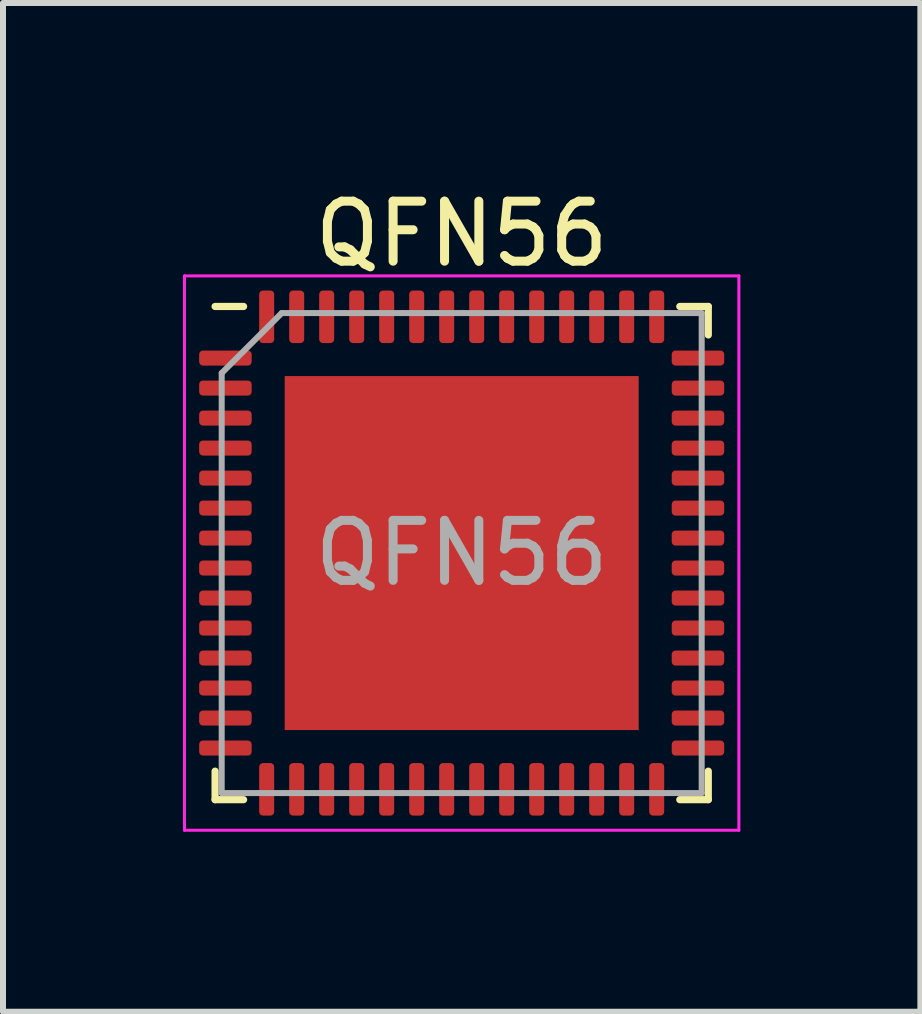
<source format=kicad_pcb>
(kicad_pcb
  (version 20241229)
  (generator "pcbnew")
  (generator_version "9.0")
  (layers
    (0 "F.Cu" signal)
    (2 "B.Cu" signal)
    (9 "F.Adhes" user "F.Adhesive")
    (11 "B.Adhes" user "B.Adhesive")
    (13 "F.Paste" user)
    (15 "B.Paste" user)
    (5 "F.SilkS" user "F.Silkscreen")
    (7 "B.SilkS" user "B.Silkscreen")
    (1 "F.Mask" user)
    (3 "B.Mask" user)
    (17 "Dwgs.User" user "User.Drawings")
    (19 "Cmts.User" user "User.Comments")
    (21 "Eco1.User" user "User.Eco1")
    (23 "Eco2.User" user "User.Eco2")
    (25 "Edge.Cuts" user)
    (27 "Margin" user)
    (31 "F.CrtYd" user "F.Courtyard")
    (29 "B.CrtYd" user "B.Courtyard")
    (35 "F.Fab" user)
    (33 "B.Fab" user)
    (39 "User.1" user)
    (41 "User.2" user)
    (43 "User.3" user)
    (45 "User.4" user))
  (footprint "QFN56"
    (layer "F.Cu")
    (at 4.645 6.168)
    (property "Reference" "QFN56" (at 0 -5.32 0) (layer "F.SilkS") (effects (font (size 1 1) (thickness 0.15))))
    (attr smd)
    (fp_line (start -4.11 4.11) (end -4.11 3.635) (stroke (width 0.12) (type solid)) (layer "F.SilkS"))
    (fp_line (start -3.635 -4.11) (end -4.11 -4.11) (stroke (width 0.12) (type solid)) (layer "F.SilkS"))
    (fp_line (start -3.635 4.11) (end -4.11 4.11) (stroke (width 0.12) (type solid)) (layer "F.SilkS"))
    (fp_line (start 3.635 -4.11) (end 4.11 -4.11) (stroke (width 0.12) (type solid)) (layer "F.SilkS"))
    (fp_line (start 3.635 4.11) (end 4.11 4.11) (stroke (width 0.12) (type solid)) (layer "F.SilkS"))
    (fp_line (start 4.11 -4.11) (end 4.11 -3.635) (stroke (width 0.12) (type solid)) (layer "F.SilkS"))
    (fp_line (start 4.11 4.11) (end 4.11 3.635) (stroke (width 0.12) (type solid)) (layer "F.SilkS"))
    (fp_line (start -4.62 -4.62) (end -4.62 4.62) (stroke (width 0.05) (type solid)) (layer "F.CrtYd"))
    (fp_line (start -4.62 4.62) (end 4.62 4.62) (stroke (width 0.05) (type solid)) (layer "F.CrtYd"))
    (fp_line (start 4.62 -4.62) (end -4.62 -4.62) (stroke (width 0.05) (type solid)) (layer "F.CrtYd"))
    (fp_line (start 4.62 4.62) (end 4.62 -4.62) (stroke (width 0.05) (type solid)) (layer "F.CrtYd"))
    (fp_line (start -4 -3) (end -3 -4) (stroke (width 0.1) (type solid)) (layer "F.Fab"))
    (fp_line (start -4 4) (end -4 -3) (stroke (width 0.1) (type solid)) (layer "F.Fab"))
    (fp_line (start -3 -4) (end 4 -4) (stroke (width 0.1) (type solid)) (layer "F.Fab"))
    (fp_line (start 4 -4) (end 4 4) (stroke (width 0.1) (type solid)) (layer "F.Fab"))
    (fp_line (start 4 4) (end -4 4) (stroke (width 0.1) (type solid)) (layer "F.Fab"))
    (fp_text user "${REFERENCE}" (at 0 0 0) (layer "F.Fab") (effects (font (size 1 1) (thickness 0.15))))
    (pad "" smd roundrect (at -2.22 -2.22) (size 1.19 1.19) (layers "F.Paste") (roundrect_rratio 0.21))
    (pad "" smd roundrect (at -2.22 -0.74) (size 1.19 1.19) (layers "F.Paste") (roundrect_rratio 0.21))
    (pad "" smd roundrect (at -2.22 0.74) (size 1.19 1.19) (layers "F.Paste") (roundrect_rratio 0.21))
    (pad "" smd roundrect (at -2.22 2.22) (size 1.19 1.19) (layers "F.Paste") (roundrect_rratio 0.21))
    (pad "" smd roundrect (at -0.74 -2.22) (size 1.19 1.19) (layers "F.Paste") (roundrect_rratio 0.21))
    (pad "" smd roundrect (at -0.74 -0.74) (size 1.19 1.19) (layers "F.Paste") (roundrect_rratio 0.21))
    (pad "" smd roundrect (at -0.74 0.74) (size 1.19 1.19) (layers "F.Paste") (roundrect_rratio 0.21))
    (pad "" smd roundrect (at -0.74 2.22) (size 1.19 1.19) (layers "F.Paste") (roundrect_rratio 0.21))
    (pad "" smd roundrect (at 0.74 -2.22) (size 1.19 1.19) (layers "F.Paste") (roundrect_rratio 0.21))
    (pad "" smd roundrect (at 0.74 -0.74) (size 1.19 1.19) (layers "F.Paste") (roundrect_rratio 0.21))
    (pad "" smd roundrect (at 0.74 0.74) (size 1.19 1.19) (layers "F.Paste") (roundrect_rratio 0.21))
    (pad "" smd roundrect (at 0.74 2.22) (size 1.19 1.19) (layers "F.Paste") (roundrect_rratio 0.21))
    (pad "" smd roundrect (at 2.22 -2.22) (size 1.19 1.19) (layers "F.Paste") (roundrect_rratio 0.21))
    (pad "" smd roundrect (at 2.22 -0.74) (size 1.19 1.19) (layers "F.Paste") (roundrect_rratio 0.21))
    (pad "" smd roundrect (at 2.22 0.74) (size 1.19 1.19) (layers "F.Paste") (roundrect_rratio 0.21))
    (pad "" smd roundrect (at 2.22 2.22) (size 1.19 1.19) (layers "F.Paste") (roundrect_rratio 0.21))
    (pad "1" smd roundrect (at -3.938 -3.25) (size 0.875 0.25) (layers "F.Cu" "F.Mask" "F.Paste") (roundrect_rratio 0.25))
    (pad "2" smd roundrect (at -3.938 -2.75) (size 0.875 0.25) (layers "F.Cu" "F.Mask" "F.Paste") (roundrect_rratio 0.25))
    (pad "3" smd roundrect (at -3.938 -2.25) (size 0.875 0.25) (layers "F.Cu" "F.Mask" "F.Paste") (roundrect_rratio 0.25))
    (pad "4" smd roundrect (at -3.938 -1.75) (size 0.875 0.25) (layers "F.Cu" "F.Mask" "F.Paste") (roundrect_rratio 0.25))
    (pad "5" smd roundrect (at -3.938 -1.25) (size 0.875 0.25) (layers "F.Cu" "F.Mask" "F.Paste") (roundrect_rratio 0.25))
    (pad "6" smd roundrect (at -3.938 -0.75) (size 0.875 0.25) (layers "F.Cu" "F.Mask" "F.Paste") (roundrect_rratio 0.25))
    (pad "7" smd roundrect (at -3.938 -0.25) (size 0.875 0.25) (layers "F.Cu" "F.Mask" "F.Paste") (roundrect_rratio 0.25))
    (pad "8" smd roundrect (at -3.938 0.25) (size 0.875 0.25) (layers "F.Cu" "F.Mask" "F.Paste") (roundrect_rratio 0.25))
    (pad "9" smd roundrect (at -3.938 0.75) (size 0.875 0.25) (layers "F.Cu" "F.Mask" "F.Paste") (roundrect_rratio 0.25))
    (pad "10" smd roundrect (at -3.938 1.25) (size 0.875 0.25) (layers "F.Cu" "F.Mask" "F.Paste") (roundrect_rratio 0.25))
    (pad "11" smd roundrect (at -3.938 1.75) (size 0.875 0.25) (layers "F.Cu" "F.Mask" "F.Paste") (roundrect_rratio 0.25))
    (pad "12" smd roundrect (at -3.938 2.25) (size 0.875 0.25) (layers "F.Cu" "F.Mask" "F.Paste") (roundrect_rratio 0.25))
    (pad "13" smd roundrect (at -3.938 2.75) (size 0.875 0.25) (layers "F.Cu" "F.Mask" "F.Paste") (roundrect_rratio 0.25))
    (pad "14" smd roundrect (at -3.938 3.25) (size 0.875 0.25) (layers "F.Cu" "F.Mask" "F.Paste") (roundrect_rratio 0.25))
    (pad "15" smd roundrect (at -3.25 3.938) (size 0.25 0.875) (layers "F.Cu" "F.Mask" "F.Paste") (roundrect_rratio 0.25))
    (pad "16" smd roundrect (at -2.75 3.938) (size 0.25 0.875) (layers "F.Cu" "F.Mask" "F.Paste") (roundrect_rratio 0.25))
    (pad "17" smd roundrect (at -2.25 3.938) (size 0.25 0.875) (layers "F.Cu" "F.Mask" "F.Paste") (roundrect_rratio 0.25))
    (pad "18" smd roundrect (at -1.75 3.938) (size 0.25 0.875) (layers "F.Cu" "F.Mask" "F.Paste") (roundrect_rratio 0.25))
    (pad "19" smd roundrect (at -1.25 3.938) (size 0.25 0.875) (layers "F.Cu" "F.Mask" "F.Paste") (roundrect_rratio 0.25))
    (pad "20" smd roundrect (at -0.75 3.938) (size 0.25 0.875) (layers "F.Cu" "F.Mask" "F.Paste") (roundrect_rratio 0.25))
    (pad "21" smd roundrect (at -0.25 3.938) (size 0.25 0.875) (layers "F.Cu" "F.Mask" "F.Paste") (roundrect_rratio 0.25))
    (pad "22" smd roundrect (at 0.25 3.938) (size 0.25 0.875) (layers "F.Cu" "F.Mask" "F.Paste") (roundrect_rratio 0.25))
    (pad "23" smd roundrect (at 0.75 3.938) (size 0.25 0.875) (layers "F.Cu" "F.Mask" "F.Paste") (roundrect_rratio 0.25))
    (pad "24" smd roundrect (at 1.25 3.938) (size 0.25 0.875) (layers "F.Cu" "F.Mask" "F.Paste") (roundrect_rratio 0.25))
    (pad "25" smd roundrect (at 1.75 3.938) (size 0.25 0.875) (layers "F.Cu" "F.Mask" "F.Paste") (roundrect_rratio 0.25))
    (pad "26" smd roundrect (at 2.25 3.938) (size 0.25 0.875) (layers "F.Cu" "F.Mask" "F.Paste") (roundrect_rratio 0.25))
    (pad "27" smd roundrect (at 2.75 3.938) (size 0.25 0.875) (layers "F.Cu" "F.Mask" "F.Paste") (roundrect_rratio 0.25))
    (pad "28" smd roundrect (at 3.25 3.938) (size 0.25 0.875) (layers "F.Cu" "F.Mask" "F.Paste") (roundrect_rratio 0.25))
    (pad "29" smd roundrect (at 3.938 3.25) (size 0.875 0.25) (layers "F.Cu" "F.Mask" "F.Paste") (roundrect_rratio 0.25))
    (pad "30" smd roundrect (at 3.938 2.75) (size 0.875 0.25) (layers "F.Cu" "F.Mask" "F.Paste") (roundrect_rratio 0.25))
    (pad "31" smd roundrect (at 3.938 2.25) (size 0.875 0.25) (layers "F.Cu" "F.Mask" "F.Paste") (roundrect_rratio 0.25))
    (pad "32" smd roundrect (at 3.938 1.75) (size 0.875 0.25) (layers "F.Cu" "F.Mask" "F.Paste") (roundrect_rratio 0.25))
    (pad "33" smd roundrect (at 3.938 1.25) (size 0.875 0.25) (layers "F.Cu" "F.Mask" "F.Paste") (roundrect_rratio 0.25))
    (pad "34" smd roundrect (at 3.938 0.75) (size 0.875 0.25) (layers "F.Cu" "F.Mask" "F.Paste") (roundrect_rratio 0.25))
    (pad "35" smd roundrect (at 3.938 0.25) (size 0.875 0.25) (layers "F.Cu" "F.Mask" "F.Paste") (roundrect_rratio 0.25))
    (pad "36" smd roundrect (at 3.938 -0.25) (size 0.875 0.25) (layers "F.Cu" "F.Mask" "F.Paste") (roundrect_rratio 0.25))
    (pad "37" smd roundrect (at 3.938 -0.75) (size 0.875 0.25) (layers "F.Cu" "F.Mask" "F.Paste") (roundrect_rratio 0.25))
    (pad "38" smd roundrect (at 3.938 -1.25) (size 0.875 0.25) (layers "F.Cu" "F.Mask" "F.Paste") (roundrect_rratio 0.25))
    (pad "39" smd roundrect (at 3.938 -1.75) (size 0.875 0.25) (layers "F.Cu" "F.Mask" "F.Paste") (roundrect_rratio 0.25))
    (pad "40" smd roundrect (at 3.938 -2.25) (size 0.875 0.25) (layers "F.Cu" "F.Mask" "F.Paste") (roundrect_rratio 0.25))
    (pad "41" smd roundrect (at 3.938 -2.75) (size 0.875 0.25) (layers "F.Cu" "F.Mask" "F.Paste") (roundrect_rratio 0.25))
    (pad "42" smd roundrect (at 3.938 -3.25) (size 0.875 0.25) (layers "F.Cu" "F.Mask" "F.Paste") (roundrect_rratio 0.25))
    (pad "43" smd roundrect (at 3.25 -3.938) (size 0.25 0.875) (layers "F.Cu" "F.Mask" "F.Paste") (roundrect_rratio 0.25))
    (pad "44" smd roundrect (at 2.75 -3.938) (size 0.25 0.875) (layers "F.Cu" "F.Mask" "F.Paste") (roundrect_rratio 0.25))
    (pad "45" smd roundrect (at 2.25 -3.938) (size 0.25 0.875) (layers "F.Cu" "F.Mask" "F.Paste") (roundrect_rratio 0.25))
    (pad "46" smd roundrect (at 1.75 -3.938) (size 0.25 0.875) (layers "F.Cu" "F.Mask" "F.Paste") (roundrect_rratio 0.25))
    (pad "47" smd roundrect (at 1.25 -3.938) (size 0.25 0.875) (layers "F.Cu" "F.Mask" "F.Paste") (roundrect_rratio 0.25))
    (pad "48" smd roundrect (at 0.75 -3.938) (size 0.25 0.875) (layers "F.Cu" "F.Mask" "F.Paste") (roundrect_rratio 0.25))
    (pad "49" smd roundrect (at 0.25 -3.938) (size 0.25 0.875) (layers "F.Cu" "F.Mask" "F.Paste") (roundrect_rratio 0.25))
    (pad "50" smd roundrect (at -0.25 -3.938) (size 0.25 0.875) (layers "F.Cu" "F.Mask" "F.Paste") (roundrect_rratio 0.25))
    (pad "51" smd roundrect (at -0.75 -3.938) (size 0.25 0.875) (layers "F.Cu" "F.Mask" "F.Paste") (roundrect_rratio 0.25))
    (pad "52" smd roundrect (at -1.25 -3.938) (size 0.25 0.875) (layers "F.Cu" "F.Mask" "F.Paste") (roundrect_rratio 0.25))
    (pad "53" smd roundrect (at -1.75 -3.938) (size 0.25 0.875) (layers "F.Cu" "F.Mask" "F.Paste") (roundrect_rratio 0.25))
    (pad "54" smd roundrect (at -2.25 -3.938) (size 0.25 0.875) (layers "F.Cu" "F.Mask" "F.Paste") (roundrect_rratio 0.25))
    (pad "55" smd roundrect (at -2.75 -3.938) (size 0.25 0.875) (layers "F.Cu" "F.Mask" "F.Paste") (roundrect_rratio 0.25))
    (pad "56" smd roundrect (at -3.25 -3.938) (size 0.25 0.875) (layers "F.Cu" "F.Mask" "F.Paste") (roundrect_rratio 0.25))
    (pad "57" smd rect (at 0 0) (size 5.9 5.9) (layers "F.Cu" "F.Mask")))
  (gr_rect
    (start -3 -3)
    (end 12.29 13.813)
    (stroke (width 0.1) (type default))
    (fill no)
    (layer "Edge.Cuts")))
</source>
